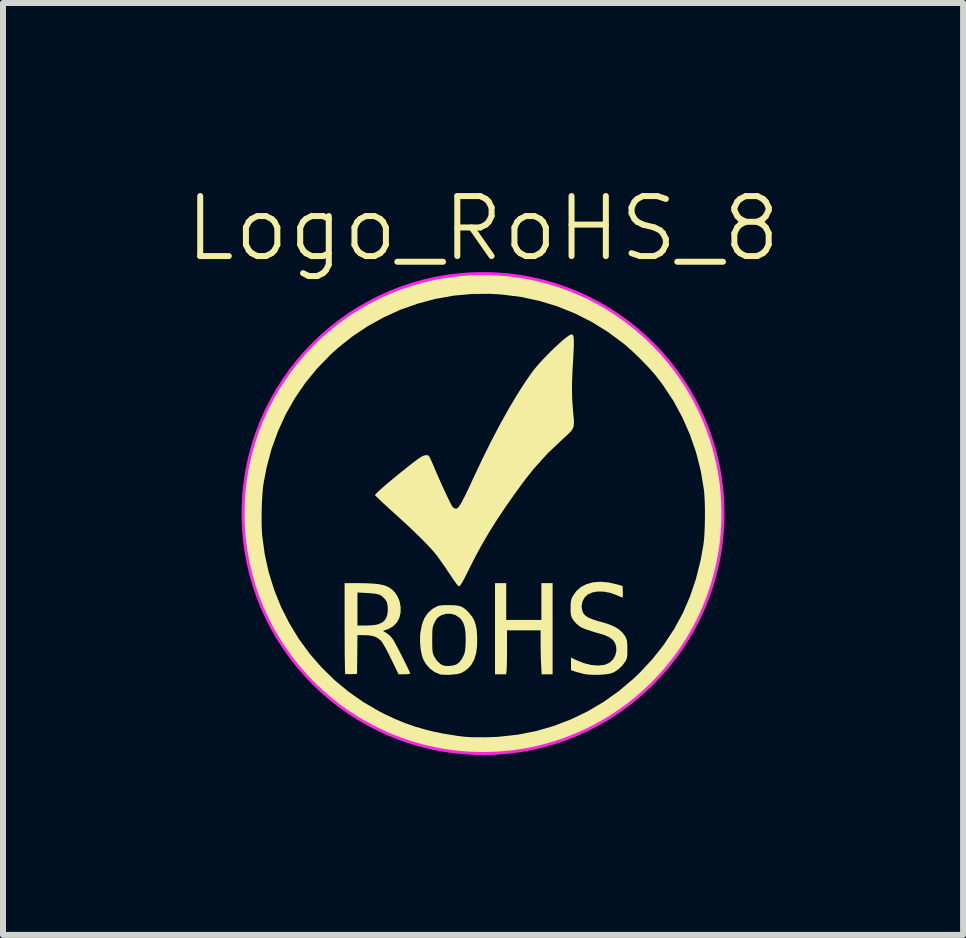
<source format=kicad_pcb>
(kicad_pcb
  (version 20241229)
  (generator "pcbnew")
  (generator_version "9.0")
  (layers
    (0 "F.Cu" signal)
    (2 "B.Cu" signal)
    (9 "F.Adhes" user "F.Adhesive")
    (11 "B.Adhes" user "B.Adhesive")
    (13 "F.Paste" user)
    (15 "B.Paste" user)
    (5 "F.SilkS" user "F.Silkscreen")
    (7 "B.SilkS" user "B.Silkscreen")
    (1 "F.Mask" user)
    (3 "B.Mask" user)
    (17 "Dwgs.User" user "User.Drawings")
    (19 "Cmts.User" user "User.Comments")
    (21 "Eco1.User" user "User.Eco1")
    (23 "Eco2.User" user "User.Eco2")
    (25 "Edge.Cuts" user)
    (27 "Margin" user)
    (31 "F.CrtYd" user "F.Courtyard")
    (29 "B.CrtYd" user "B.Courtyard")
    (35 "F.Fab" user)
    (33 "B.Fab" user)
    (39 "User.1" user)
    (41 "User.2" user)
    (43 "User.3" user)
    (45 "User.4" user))
  (footprint "Logo_RoHS_8"
    (layer "F.Cu")
    (at 5.002 5.511)
    (property "Reference" "Logo_RoHS_8" (at 0 -4.75 0) (unlocked yes) (layer "F.SilkS") (effects (font (size 1 1) (thickness 0.1))))
    (attr smd exclude_from_pos_files exclude_from_bom)
    (fp_poly (pts (xy 0.387 1.467) (xy 0.387 1.773) (xy 0.68 1.773) (xy 0.973 1.773) (xy 0.973 1.467) (xy 0.973 1.16) (xy 1.067 1.16) (xy 1.16 1.16) (xy 1.16 1.92) (xy 1.16 2.68) (xy 1.069 2.68) (xy 0.977 2.68) (xy 0.969 2.518) (xy 0.965 2.442) (xy 0.963 2.35) (xy 0.961 2.253) (xy 0.96 2.162) (xy 0.96 2.151) (xy 0.96 1.947) (xy 0.68 1.947) (xy 0.4 1.947) (xy 0.4 2.272) (xy 0.4 2.365) (xy 0.399 2.451) (xy 0.397 2.525) (xy 0.395 2.585) (xy 0.393 2.625) (xy 0.392 2.638) (xy 0.383 2.68) (xy 0.292 2.68) (xy 0.2 2.68) (xy 0.2 1.92) (xy 0.2 1.16) (xy 0.293 1.16) (xy 0.387 1.16)) (stroke (width 0) (type solid)) (fill yes) (layer "F.SilkS"))
    (fp_poly (pts (xy -0.481 1.528) (xy -0.415 1.536) (xy -0.363 1.551) (xy -0.317 1.576) (xy -0.272 1.615) (xy -0.23 1.659) (xy -0.181 1.72) (xy -0.146 1.784) (xy -0.121 1.857) (xy -0.105 1.945) (xy -0.097 2.053) (xy -0.097 2.057) (xy -0.098 2.202) (xy -0.114 2.327) (xy -0.146 2.432) (xy -0.195 2.521) (xy -0.24 2.573) (xy -0.297 2.622) (xy -0.359 2.656) (xy -0.431 2.676) (xy -0.521 2.686) (xy -0.543 2.687) (xy -0.605 2.689) (xy -0.66 2.687) (xy -0.701 2.684) (xy -0.713 2.682) (xy -0.805 2.644) (xy -0.887 2.583) (xy -0.955 2.504) (xy -0.995 2.434) (xy -1.022 2.355) (xy -1.04 2.258) (xy -1.049 2.151) (xy -1.049 2.104) (xy -0.847 2.104) (xy -0.847 2.107) (xy -0.846 2.188) (xy -0.845 2.248) (xy -0.842 2.291) (xy -0.836 2.324) (xy -0.828 2.352) (xy -0.817 2.377) (xy -0.77 2.453) (xy -0.708 2.509) (xy -0.673 2.529) (xy -0.629 2.54) (xy -0.571 2.541) (xy -0.509 2.534) (xy -0.455 2.52) (xy -0.439 2.513) (xy -0.393 2.477) (xy -0.351 2.422) (xy -0.318 2.356) (xy -0.305 2.316) (xy -0.298 2.273) (xy -0.292 2.211) (xy -0.289 2.139) (xy -0.289 2.087) (xy -0.293 1.977) (xy -0.307 1.89) (xy -0.33 1.82) (xy -0.364 1.765) (xy -0.394 1.735) (xy -0.462 1.691) (xy -0.54 1.67) (xy -0.621 1.672) (xy -0.687 1.692) (xy -0.732 1.717) (xy -0.767 1.748) (xy -0.796 1.793) (xy -0.816 1.834) (xy -0.828 1.862) (xy -0.836 1.889) (xy -0.842 1.922) (xy -0.845 1.965) (xy -0.846 2.024) (xy -0.847 2.104) (xy -1.049 2.104) (xy -1.049 2.041) (xy -1.043 1.98) (xy -1.019 1.853) (xy -0.979 1.747) (xy -0.921 1.66) (xy -0.846 1.592) (xy -0.789 1.558) (xy -0.759 1.544) (xy -0.728 1.535) (xy -0.691 1.53) (xy -0.641 1.527) (xy -0.572 1.527) (xy -0.567 1.527)) (stroke (width 0) (type solid)) (fill yes) (layer "F.SilkS"))
    (fp_poly (pts (xy -2.09 1.16) (xy -1.953 1.162) (xy -1.84 1.167) (xy -1.747 1.176) (xy -1.67 1.191) (xy -1.607 1.211) (xy -1.554 1.239) (xy -1.509 1.273) (xy -1.471 1.312) (xy -1.422 1.385) (xy -1.389 1.469) (xy -1.373 1.561) (xy -1.374 1.652) (xy -1.393 1.736) (xy -1.43 1.808) (xy -1.431 1.81) (xy -1.493 1.875) (xy -1.568 1.921) (xy -1.603 1.934) (xy -1.668 1.956) (xy -1.607 1.993) (xy -1.547 2.04) (xy -1.501 2.098) (xy -1.482 2.129) (xy -1.456 2.177) (xy -1.424 2.237) (xy -1.388 2.306) (xy -1.351 2.378) (xy -1.315 2.451) (xy -1.281 2.519) (xy -1.252 2.579) (xy -1.23 2.626) (xy -1.216 2.657) (xy -1.213 2.667) (xy -1.226 2.673) (xy -1.259 2.678) (xy -1.309 2.68) (xy -1.311 2.68) (xy -1.408 2.68) (xy -1.53 2.428) (xy -1.575 2.337) (xy -1.617 2.257) (xy -1.654 2.191) (xy -1.684 2.143) (xy -1.701 2.121) (xy -1.753 2.077) (xy -1.817 2.047) (xy -1.899 2.031) (xy -1.989 2.027) (xy -2.093 2.027) (xy -2.096 2.35) (xy -2.1 2.673) (xy -2.194 2.677) (xy -2.242 2.678) (xy -2.279 2.676) (xy -2.297 2.672) (xy -2.297 2.672) (xy -2.299 2.657) (xy -2.301 2.618) (xy -2.302 2.557) (xy -2.303 2.477) (xy -2.305 2.38) (xy -2.306 2.268) (xy -2.306 2.144) (xy -2.307 2.01) (xy -2.307 1.911) (xy -2.307 1.591) (xy -2.093 1.591) (xy -2.093 1.867) (xy -1.956 1.867) (xy -1.877 1.864) (xy -1.807 1.858) (xy -1.755 1.848) (xy -1.752 1.847) (xy -1.681 1.816) (xy -1.631 1.771) (xy -1.601 1.709) (xy -1.587 1.628) (xy -1.587 1.6) (xy -1.591 1.529) (xy -1.604 1.475) (xy -1.631 1.431) (xy -1.662 1.398) (xy -1.691 1.373) (xy -1.722 1.356) (xy -1.76 1.343) (xy -1.811 1.335) (xy -1.88 1.328) (xy -1.933 1.325) (xy -2.093 1.316) (xy -2.093 1.591) (xy -2.307 1.591) (xy -2.307 1.16)) (stroke (width 0) (type solid)) (fill yes) (layer "F.SilkS"))
    (fp_poly (pts (xy 2.093 1.149) (xy 2.238 1.182) (xy 2.247 1.185) (xy 2.327 1.208) (xy 2.331 1.304) (xy 2.331 1.351) (xy 2.33 1.385) (xy 2.327 1.4) (xy 2.326 1.4) (xy 2.311 1.395) (xy 2.278 1.382) (xy 2.234 1.363) (xy 2.227 1.36) (xy 2.12 1.322) (xy 2.014 1.302) (xy 1.914 1.3) (xy 1.824 1.315) (xy 1.749 1.348) (xy 1.744 1.351) (xy 1.694 1.399) (xy 1.659 1.463) (xy 1.644 1.533) (xy 1.645 1.563) (xy 1.655 1.617) (xy 1.673 1.662) (xy 1.704 1.699) (xy 1.749 1.73) (xy 1.812 1.758) (xy 1.896 1.786) (xy 1.967 1.806) (xy 2.087 1.842) (xy 2.184 1.882) (xy 2.261 1.927) (xy 2.321 1.98) (xy 2.367 2.042) (xy 2.377 2.06) (xy 2.39 2.089) (xy 2.399 2.121) (xy 2.404 2.162) (xy 2.406 2.22) (xy 2.406 2.26) (xy 2.406 2.326) (xy 2.404 2.372) (xy 2.399 2.406) (xy 2.389 2.433) (xy 2.375 2.461) (xy 2.37 2.469) (xy 2.321 2.536) (xy 2.257 2.596) (xy 2.189 2.642) (xy 2.149 2.66) (xy 2.096 2.673) (xy 2.024 2.682) (xy 1.942 2.688) (xy 1.855 2.689) (xy 1.774 2.686) (xy 1.704 2.678) (xy 1.682 2.674) (xy 1.624 2.659) (xy 1.565 2.643) (xy 1.532 2.633) (xy 1.467 2.611) (xy 1.467 2.506) (xy 1.467 2.401) (xy 1.563 2.447) (xy 1.685 2.495) (xy 1.803 2.524) (xy 1.915 2.534) (xy 2.016 2.524) (xy 2.044 2.517) (xy 2.114 2.483) (xy 2.169 2.43) (xy 2.206 2.362) (xy 2.223 2.285) (xy 2.221 2.227) (xy 2.203 2.161) (xy 2.165 2.107) (xy 2.107 2.062) (xy 2.025 2.026) (xy 1.981 2.012) (xy 1.88 1.983) (xy 1.801 1.959) (xy 1.74 1.939) (xy 1.693 1.922) (xy 1.657 1.906) (xy 1.628 1.891) (xy 1.605 1.877) (xy 1.556 1.836) (xy 1.512 1.785) (xy 1.5 1.768) (xy 1.481 1.735) (xy 1.469 1.706) (xy 1.463 1.673) (xy 1.46 1.629) (xy 1.46 1.574) (xy 1.461 1.511) (xy 1.465 1.466) (xy 1.473 1.431) (xy 1.486 1.397) (xy 1.496 1.379) (xy 1.556 1.292) (xy 1.634 1.224) (xy 1.728 1.175) (xy 1.836 1.146) (xy 1.959 1.137)) (stroke (width 0) (type solid)) (fill yes) (layer "F.SilkS"))
    (fp_poly (pts (xy 1.489 -2.984) (xy 1.5 -2.974) (xy 1.507 -2.954) (xy 1.512 -2.922) (xy 1.514 -2.875) (xy 1.514 -2.811) (xy 1.511 -2.727) (xy 1.506 -2.622) (xy 1.5 -2.515) (xy 1.491 -2.363) (xy 1.486 -2.232) (xy 1.483 -2.116) (xy 1.484 -2.009) (xy 1.487 -1.904) (xy 1.494 -1.797) (xy 1.503 -1.681) (xy 1.508 -1.633) (xy 1.515 -1.559) (xy 1.516 -1.501) (xy 1.511 -1.454) (xy 1.496 -1.414) (xy 1.468 -1.374) (xy 1.427 -1.331) (xy 1.369 -1.277) (xy 1.332 -1.244) (xy 1.08 -1.005) (xy 0.849 -0.75) (xy 0.695 -0.556) (xy 0.524 -0.322) (xy 0.37 -0.102) (xy 0.231 0.106) (xy 0.104 0.308) (xy -0.012 0.507) (xy -0.121 0.706) (xy -0.216 0.893) (xy -0.268 0.998) (xy -0.31 1.08) (xy -0.343 1.141) (xy -0.369 1.183) (xy -0.387 1.206) (xy -0.398 1.213) (xy -0.415 1.204) (xy -0.429 1.19) (xy -0.443 1.172) (xy -0.469 1.135) (xy -0.504 1.085) (xy -0.545 1.024) (xy -0.584 0.966) (xy -0.632 0.894) (xy -0.682 0.823) (xy -0.728 0.758) (xy -0.766 0.705) (xy -0.786 0.68) (xy -0.853 0.601) (xy -0.94 0.507) (xy -1.048 0.398) (xy -1.177 0.273) (xy -1.326 0.134) (xy -1.477 -0.003) (xy -1.555 -0.074) (xy -1.626 -0.139) (xy -1.688 -0.196) (xy -1.738 -0.244) (xy -1.775 -0.28) (xy -1.796 -0.301) (xy -1.8 -0.306) (xy -1.79 -0.322) (xy -1.761 -0.353) (xy -1.715 -0.396) (xy -1.655 -0.45) (xy -1.582 -0.512) (xy -1.498 -0.582) (xy -1.407 -0.657) (xy -1.38 -0.679) (xy -1.282 -0.757) (xy -1.202 -0.82) (xy -1.137 -0.87) (xy -1.086 -0.908) (xy -1.046 -0.935) (xy -1.015 -0.954) (xy -0.989 -0.965) (xy -0.967 -0.971) (xy -0.945 -0.973) (xy -0.937 -0.973) (xy -0.922 -0.972) (xy -0.908 -0.965) (xy -0.895 -0.948) (xy -0.879 -0.919) (xy -0.858 -0.872) (xy -0.829 -0.805) (xy -0.786 -0.703) (xy -0.741 -0.601) (xy -0.696 -0.499) (xy -0.652 -0.403) (xy -0.611 -0.315) (xy -0.574 -0.238) (xy -0.544 -0.176) (xy -0.52 -0.132) (xy -0.506 -0.109) (xy -0.505 -0.108) (xy -0.475 -0.087) (xy -0.449 -0.08) (xy -0.432 -0.086) (xy -0.411 -0.105) (xy -0.387 -0.138) (xy -0.357 -0.187) (xy -0.321 -0.255) (xy -0.277 -0.342) (xy -0.226 -0.451) (xy -0.174 -0.563) (xy -0.022 -0.886) (xy 0.128 -1.19) (xy 0.276 -1.473) (xy 0.422 -1.735) (xy 0.564 -1.975) (xy 0.702 -2.19) (xy 0.811 -2.347) (xy 0.859 -2.41) (xy 0.918 -2.48) (xy 0.985 -2.554) (xy 1.057 -2.63) (xy 1.131 -2.705) (xy 1.205 -2.776) (xy 1.276 -2.841) (xy 1.34 -2.898) (xy 1.396 -2.942) (xy 1.44 -2.973) (xy 1.471 -2.986) (xy 1.475 -2.987)) (stroke (width 0) (type solid)) (fill yes) (layer "F.SilkS"))
    (fp_poly (pts (xy 0.11 -3.992) (xy 0.205 -3.991) (xy 0.283 -3.989) (xy 0.351 -3.986) (xy 0.414 -3.981) (xy 0.476 -3.974) (xy 0.543 -3.964) (xy 0.56 -3.962) (xy 0.889 -3.899) (xy 1.206 -3.812) (xy 1.513 -3.702) (xy 1.807 -3.568) (xy 2.087 -3.412) (xy 2.354 -3.234) (xy 2.606 -3.034) (xy 2.843 -2.812) (xy 3.063 -2.57) (xy 3.211 -2.383) (xy 3.392 -2.118) (xy 3.55 -1.843) (xy 3.684 -1.558) (xy 3.795 -1.265) (xy 3.881 -0.965) (xy 3.945 -0.661) (xy 3.984 -0.353) (xy 4 -0.044) (xy 3.991 0.266) (xy 3.959 0.575) (xy 3.903 0.881) (xy 3.823 1.183) (xy 3.719 1.478) (xy 3.59 1.767) (xy 3.438 2.047) (xy 3.35 2.187) (xy 3.232 2.358) (xy 3.112 2.514) (xy 2.982 2.665) (xy 2.836 2.818) (xy 2.827 2.827) (xy 2.584 3.051) (xy 2.328 3.252) (xy 2.058 3.431) (xy 1.775 3.586) (xy 1.479 3.718) (xy 1.17 3.827) (xy 0.849 3.912) (xy 0.56 3.967) (xy 0.487 3.976) (xy 0.394 3.983) (xy 0.279 3.989) (xy 0.14 3.993) (xy 0.053 3.994) (xy -0.066 3.995) (xy -0.163 3.996) (xy -0.244 3.995) (xy -0.313 3.992) (xy -0.375 3.988) (xy -0.436 3.982) (xy -0.499 3.974) (xy -0.828 3.917) (xy -1.143 3.837) (xy -1.445 3.735) (xy -1.735 3.609) (xy -2.015 3.46) (xy -2.205 3.341) (xy -2.317 3.265) (xy -2.414 3.196) (xy -2.501 3.129) (xy -2.586 3.058) (xy -2.673 2.979) (xy -2.771 2.887) (xy -2.805 2.854) (xy -3.025 2.622) (xy -3.221 2.38) (xy -3.397 2.123) (xy -3.553 1.85) (xy -3.585 1.787) (xy -3.715 1.502) (xy -3.82 1.218) (xy -3.901 0.928) (xy -3.961 0.628) (xy -3.98 0.501) (xy -3.988 0.418) (xy -3.994 0.314) (xy -3.998 0.195) (xy -4 0.079) (xy -3.691 0.079) (xy -3.69 0.2) (xy -3.685 0.308) (xy -3.681 0.368) (xy -3.639 0.678) (xy -3.572 0.98) (xy -3.481 1.273) (xy -3.367 1.556) (xy -3.23 1.827) (xy -3.073 2.086) (xy -2.894 2.331) (xy -2.696 2.56) (xy -2.479 2.773) (xy -2.244 2.968) (xy -1.993 3.144) (xy -1.725 3.3) (xy -1.633 3.347) (xy -1.462 3.427) (xy -1.3 3.493) (xy -1.138 3.55) (xy -0.964 3.6) (xy -0.911 3.614) (xy -0.803 3.64) (xy -0.679 3.665) (xy -0.549 3.687) (xy -0.423 3.707) (xy -0.31 3.721) (xy -0.273 3.724) (xy -0.199 3.728) (xy -0.106 3.73) (xy -0.001 3.73) (xy 0.108 3.728) (xy 0.215 3.724) (xy 0.273 3.72) (xy 0.582 3.686) (xy 0.885 3.626) (xy 1.18 3.541) (xy 1.466 3.431) (xy 1.743 3.298) (xy 2.009 3.141) (xy 2.262 2.961) (xy 2.501 2.76) (xy 2.613 2.653) (xy 2.827 2.423) (xy 3.018 2.181) (xy 3.186 1.926) (xy 3.331 1.66) (xy 3.452 1.379) (xy 3.551 1.085) (xy 3.628 0.777) (xy 3.675 0.513) (xy 3.685 0.429) (xy 3.692 0.324) (xy 3.697 0.206) (xy 3.699 0.08) (xy 3.7 -0.048) (xy 3.697 -0.17) (xy 3.692 -0.282) (xy 3.685 -0.375) (xy 3.682 -0.4) (xy 3.63 -0.713) (xy 3.552 -1.019) (xy 3.449 -1.316) (xy 3.323 -1.603) (xy 3.174 -1.878) (xy 3.001 -2.14) (xy 2.885 -2.293) (xy 2.821 -2.368) (xy 2.742 -2.455) (xy 2.653 -2.547) (xy 2.56 -2.639) (xy 2.468 -2.725) (xy 2.382 -2.801) (xy 2.333 -2.842) (xy 2.076 -3.031) (xy 1.808 -3.197) (xy 1.529 -3.337) (xy 1.241 -3.453) (xy 0.944 -3.544) (xy 0.638 -3.61) (xy 0.324 -3.65) (xy 0.12 -3.663) (xy -0.188 -3.66) (xy -0.493 -3.632) (xy -0.794 -3.578) (xy -1.089 -3.499) (xy -1.378 -3.397) (xy -1.657 -3.27) (xy -1.925 -3.121) (xy -2.181 -2.95) (xy -2.423 -2.757) (xy -2.546 -2.645) (xy -2.764 -2.42) (xy -2.961 -2.179) (xy -3.136 -1.923) (xy -3.289 -1.654) (xy -3.418 -1.371) (xy -3.525 -1.077) (xy -3.607 -0.771) (xy -3.66 -0.493) (xy -3.671 -0.405) (xy -3.679 -0.297) (xy -3.686 -0.176) (xy -3.69 -0.049) (xy -3.691 0.079) (xy -4 0.079) (xy -4 0.068) (xy -4 -0.063) (xy -3.998 -0.19) (xy -3.994 -0.307) (xy -3.987 -0.41) (xy -3.98 -0.487) (xy -3.936 -0.76) (xy -3.878 -1.016) (xy -3.804 -1.263) (xy -3.711 -1.508) (xy -3.598 -1.758) (xy -3.593 -1.767) (xy -3.439 -2.05) (xy -3.263 -2.321) (xy -3.064 -2.576) (xy -2.893 -2.765) (xy -2.66 -2.989) (xy -2.411 -3.193) (xy -2.147 -3.376) (xy -1.871 -3.538) (xy -1.584 -3.676) (xy -1.288 -3.79) (xy -0.985 -3.88) (xy -0.846 -3.911) (xy -0.726 -3.936) (xy -0.621 -3.955) (xy -0.523 -3.969) (xy -0.428 -3.98) (xy -0.328 -3.986) (xy -0.217 -3.991) (xy -0.089 -3.992) (xy -0.007 -3.993)) (stroke (width 0) (type solid)) (fill yes) (layer "F.SilkS"))
    (fp_circle (center 0 0) (end 4 0) (stroke (width 0.05) (type default)) (fill no) (layer "F.CrtYd")))
  (gr_rect
    (start -3 -3)
    (end 13.005 12.536)
    (stroke (width 0.1) (type default))
    (fill no)
    (layer "Edge.Cuts")))
</source>
